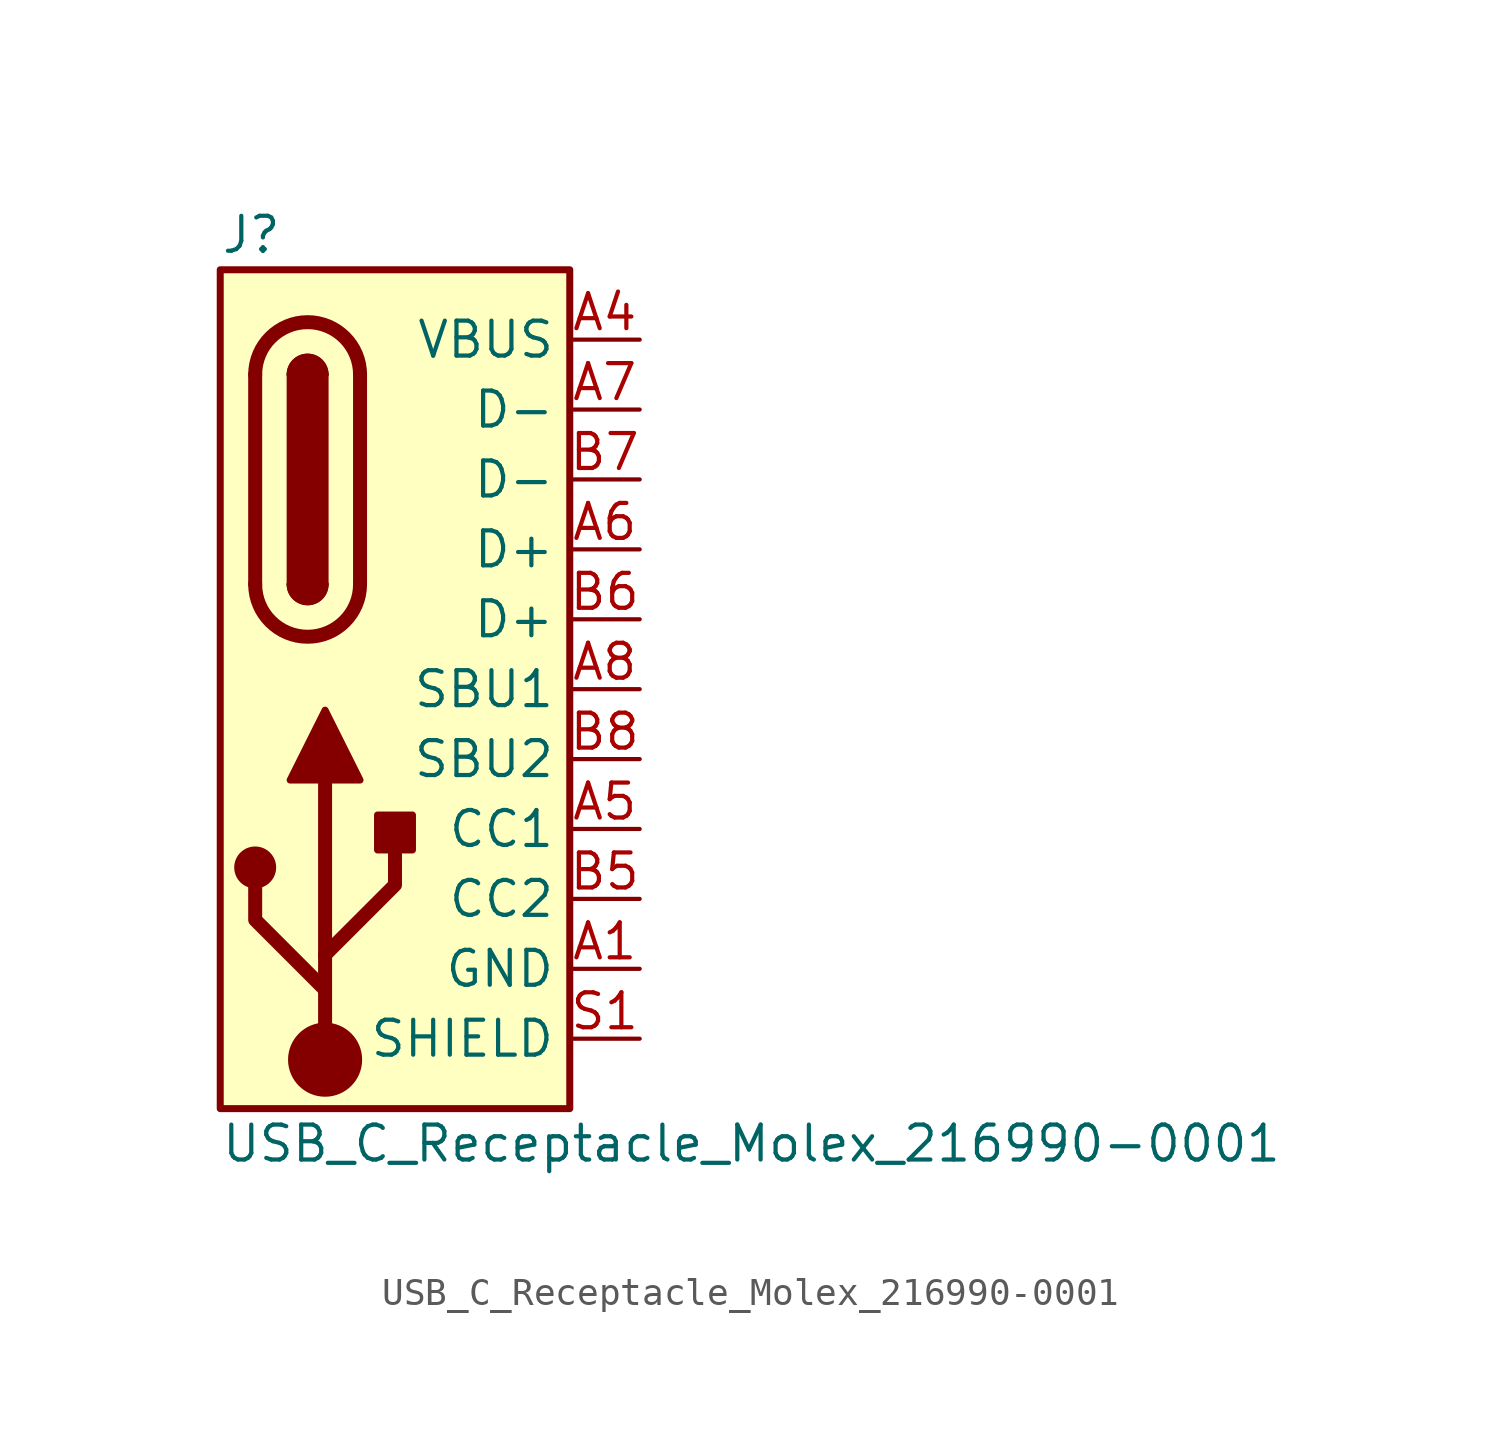
<source format=kicad_sym>
(kicad_symbol_lib
  (version 20231120)
  (generator "kicad_symbol_editor")
  (generator_version "8.0")
  (symbol "USB_C_Receptacle_Molex_216990-0001"
    (property "Reference" "J"
      (at -5.08 16.51 0)
      (effects (font (size 1.27 1.27)) (justify left)))
    (property "Value" "USB_C_Receptacle_Molex_216990-0001"
      (at -5.08 -16.51 0)
      (effects (font (size 1.27 1.27)) (justify left)))
    (symbol "USB_C_Receptacle_Molex_216990-0001_0_1"
      (arc (start -3.81 3.81) (mid -1.905 1.9133) (end 0 3.81) (stroke (width 0.508) (type default)) (fill (type none)))
      (arc (start -2.54 3.81) (mid -1.905 3.1777) (end -1.27 3.81) (stroke (width 0.254) (type default)) (fill (type none)))
      (arc (start -2.54 3.81) (mid -1.905 3.1777) (end -1.27 3.81) (stroke (width 0.254) (type default)) (fill (type outline)))
      (rectangle (start -2.54 3.81) (end -1.27 11.43) (stroke (width 0.254) (type default)) (fill (type outline)))
      (arc (start -1.27 11.43) (mid -1.905 12.0622) (end -2.54 11.43) (stroke (width 0.254) (type default)) (fill (type none)))
      (arc (start -1.27 11.43) (mid -1.905 12.0622) (end -2.54 11.43) (stroke (width 0.254) (type default)) (fill (type outline)))
      (polyline (pts (xy -3.81 3.81) (xy -3.81 11.43)) (stroke (width 0.508) (type default)) (fill (type none)))
      (polyline (pts (xy 0 11.43) (xy 0 3.81)) (stroke (width 0.508) (type default)) (fill (type none)))
      (arc (start 0 11.43) (mid -1.905 13.3266) (end -3.81 11.43) (stroke (width 0.508) (type default)) (fill (type none))))
    (symbol "USB_C_Receptacle_Molex_216990-0001_1_1"
      (rectangle (start -5.08 15.24) (end 7.62 -15.24) (stroke (width 0.254) (type default)) (fill (type background)))
      (circle (center -3.81 -6.477) (radius 0.635) (stroke (width 0.254) (type default)) (fill (type outline)))
      (circle (center -1.27 -13.462) (radius 1.27) (stroke (width 0) (type default)) (fill (type outline)))
      (polyline (pts (xy -1.27 -13.462) (xy -1.27 -3.302)) (stroke (width 0.508) (type default)) (fill (type none)))
      (polyline (pts (xy -1.27 -10.922) (xy -3.81 -8.382) (xy -3.81 -7.112)) (stroke (width 0.508) (type default)) (fill (type none)))
      (polyline (pts (xy -1.27 -9.652) (xy 1.27 -7.112) (xy 1.27 -5.842)) (stroke (width 0.508) (type default)) (fill (type none)))
      (polyline (pts (xy -2.54 -3.302) (xy -1.27 -0.762) (xy 0 -3.302) (xy -2.54 -3.302)) (stroke (width 0.254) (type default)) (fill (type outline)))
      (rectangle (start 0.635 -5.842) (end 1.905 -4.572) (stroke (width 0.254) (type default)) (fill (type outline)))
      (pin passive line (at 10.16 -10.16 180) (length 2.54) (name "GND" (effects (font (size 1.27 1.27)))) (number "A1" (effects (font (size 1.27 1.27)))))
      (pin passive line (at 10.16 12.7 180) (length 2.54) (name "VBUS" (effects (font (size 1.27 1.27)))) (number "A4" (effects (font (size 1.27 1.27)))))
      (pin bidirectional line (at 10.16 -5.08 180) (length 2.54) (name "CC1" (effects (font (size 1.27 1.27)))) (number "A5" (effects (font (size 1.27 1.27)))))
      (pin bidirectional line (at 10.16 5.08 180) (length 2.54) (name "D+" (effects (font (size 1.27 1.27)))) (number "A6" (effects (font (size 1.27 1.27)))))
      (pin bidirectional line (at 10.16 10.16 180) (length 2.54) (name "D-" (effects (font (size 1.27 1.27)))) (number "A7" (effects (font (size 1.27 1.27)))))
      (pin bidirectional line (at 10.16 0 180) (length 2.54) (name "SBU1" (effects (font (size 1.27 1.27)))) (number "A8" (effects (font (size 1.27 1.27)))))
      (pin bidirectional line (at 10.16 -7.62 180) (length 2.54) (name "CC2" (effects (font (size 1.27 1.27)))) (number "B5" (effects (font (size 1.27 1.27)))))
      (pin bidirectional line (at 10.16 2.54 180) (length 2.54) (name "D+" (effects (font (size 1.27 1.27)))) (number "B6" (effects (font (size 1.27 1.27)))))
      (pin bidirectional line (at 10.16 7.62 180) (length 2.54) (name "D-" (effects (font (size 1.27 1.27)))) (number "B7" (effects (font (size 1.27 1.27)))))
      (pin bidirectional line (at 10.16 -2.54 180) (length 2.54) (name "SBU2" (effects (font (size 1.27 1.27)))) (number "B8" (effects (font (size 1.27 1.27)))))
      (pin passive line (at 10.16 -12.7 180) (length 2.54) (name "SHIELD" (effects (font (size 1.27 1.27)))) (number "S1" (effects (font (size 1.27 1.27))))))))
</source>
